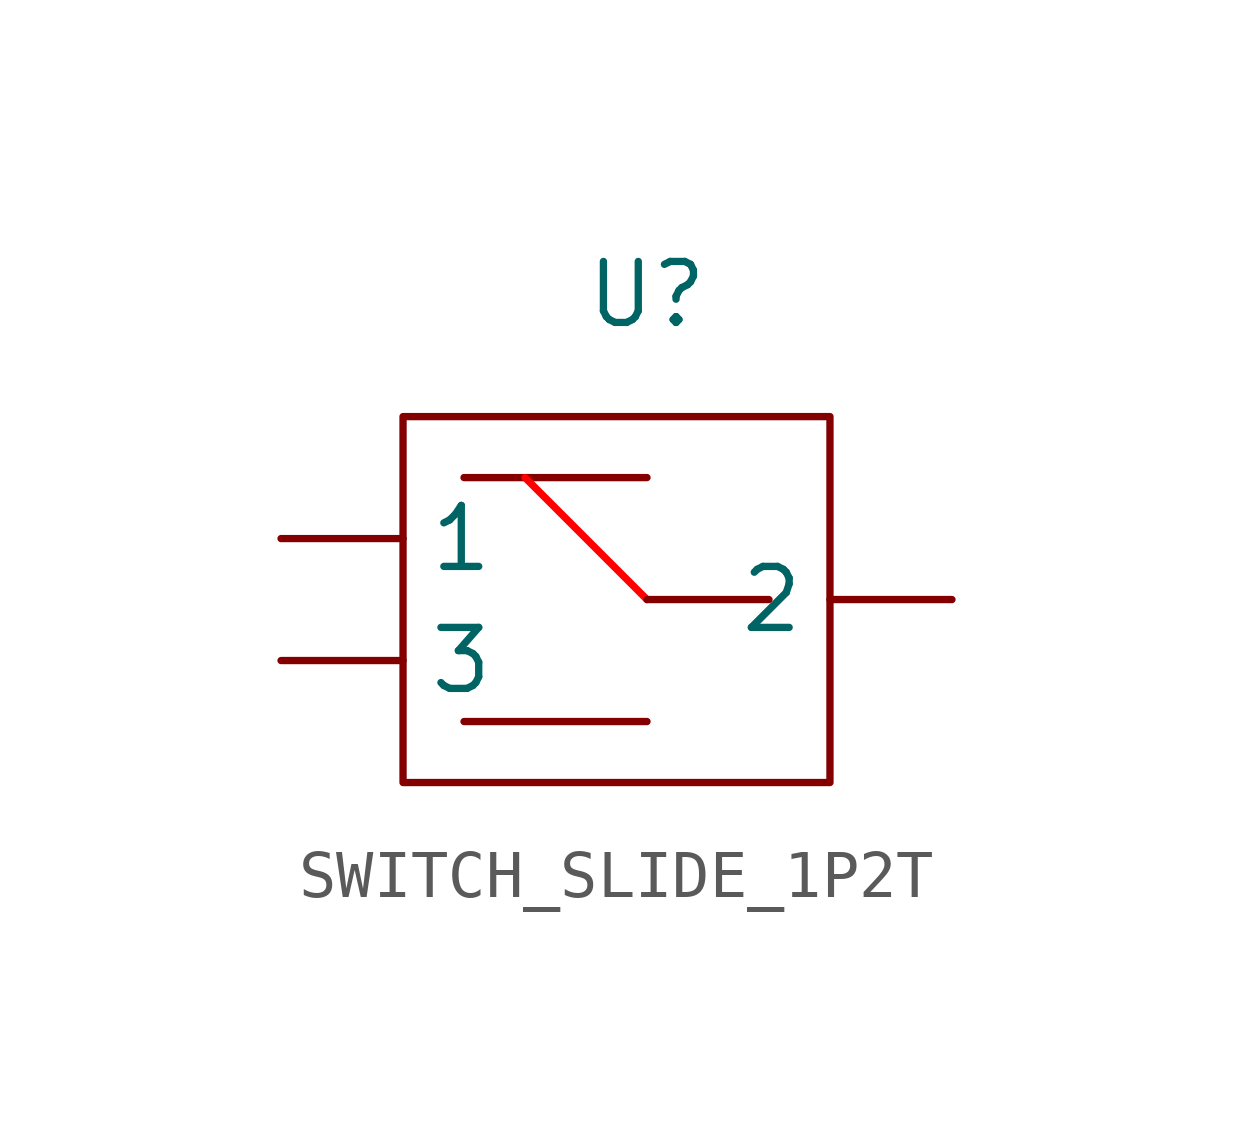
<source format=kicad_sym>
(kicad_symbol_lib
  (version 20241209)
  (generator "kicad_symbol_editor")
  (generator_version "9.0")
  (symbol "SWITCH_SLIDE_1P2T"
    (property "Reference" "U"
      (at 0 0 0)
      (effects (font (size 1.27 1.27))))
    (property "Value" ""
      (at 0 0 0)
      (effects (font (size 1.27 1.27))))
    (symbol "SWITCH_SLIDE_1P2T_0_1"
      (rectangle (start -5.08 -2.54) (end 3.81 -10.16) (stroke (width 0) (type default)) (fill (type none)))
      (polyline (pts (xy -3.81 -3.81) (xy 0 -3.81)) (stroke (width 0) (type default)) (fill (type none)))
      (polyline (pts (xy -3.81 -8.89) (xy 0 -8.89)) (stroke (width 0) (type default)) (fill (type none)))
      (polyline (pts (xy 0 -6.35) (xy -2.54 -3.81)) (stroke (width 0) (type default) (color 255 0 0 1)) (fill (type none)))
      (polyline (pts (xy 0 -6.35) (xy 2.54 -6.35)) (stroke (width 0) (type default)) (fill (type none))))
    (symbol "SWITCH_SLIDE_1P2T_1_1"
      (pin input line (at -7.62 -5.08 0) (length 2.54) (name "1" (effects (font (size 1.27 1.27)))) (number "" (effects (font (size 1.27 1.27)))))
      (pin input line (at -7.62 -7.62 0) (length 2.54) (name "3" (effects (font (size 1.27 1.27)))) (number "" (effects (font (size 1.27 1.27)))))
      (pin input line (at 6.35 -6.35 180) (length 2.54) (name "2" (effects (font (size 1.27 1.27)))) (number "" (effects (font (size 1.27 1.27))))))))
</source>
